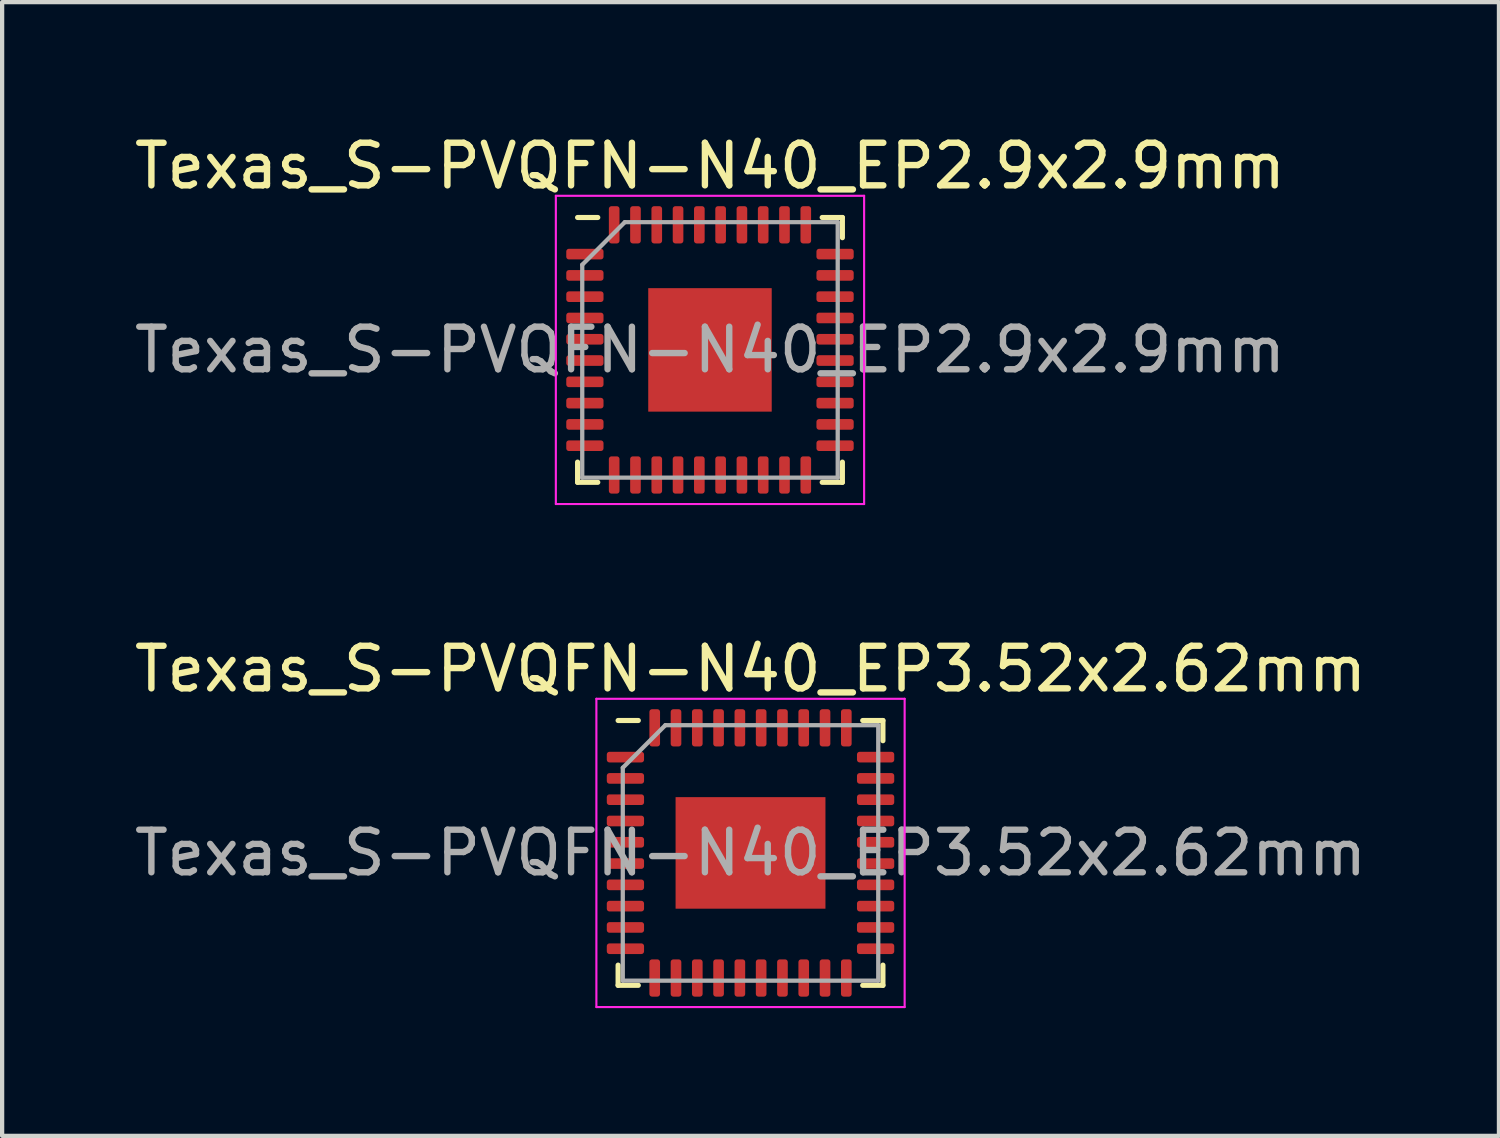
<source format=kicad_pcb>
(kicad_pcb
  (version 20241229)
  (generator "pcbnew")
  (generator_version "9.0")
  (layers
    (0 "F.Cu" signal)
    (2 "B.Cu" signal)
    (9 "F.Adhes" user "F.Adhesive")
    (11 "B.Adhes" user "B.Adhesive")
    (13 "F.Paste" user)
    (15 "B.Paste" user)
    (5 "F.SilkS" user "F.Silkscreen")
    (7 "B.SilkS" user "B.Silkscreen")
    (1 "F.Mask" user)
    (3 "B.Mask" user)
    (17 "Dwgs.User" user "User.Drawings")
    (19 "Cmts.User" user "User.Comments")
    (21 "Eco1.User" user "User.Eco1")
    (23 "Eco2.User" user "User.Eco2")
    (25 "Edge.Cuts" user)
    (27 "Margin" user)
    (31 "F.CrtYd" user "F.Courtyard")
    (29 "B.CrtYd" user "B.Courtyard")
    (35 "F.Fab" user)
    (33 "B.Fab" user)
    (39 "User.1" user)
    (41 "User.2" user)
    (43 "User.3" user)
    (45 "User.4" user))
  (footprint "Texas_S-PVQFN-N40_EP2.9x2.9mm"
    (layer "F.Cu")
    (at 13.625 5.168)
    (property "Reference" "Texas_S-PVQFN-N40_EP2.9x2.9mm" (at 0 -4.32 0) (layer "F.SilkS") (effects (font (size 1 1) (thickness 0.15))))
    (attr smd)
    (fp_line (start -3.11 3.11) (end -3.11 2.635) (stroke (width 0.12) (type solid)) (layer "F.SilkS"))
    (fp_line (start -2.635 -3.11) (end -3.11 -3.11) (stroke (width 0.12) (type solid)) (layer "F.SilkS"))
    (fp_line (start -2.635 3.11) (end -3.11 3.11) (stroke (width 0.12) (type solid)) (layer "F.SilkS"))
    (fp_line (start 2.635 -3.11) (end 3.11 -3.11) (stroke (width 0.12) (type solid)) (layer "F.SilkS"))
    (fp_line (start 2.635 3.11) (end 3.11 3.11) (stroke (width 0.12) (type solid)) (layer "F.SilkS"))
    (fp_line (start 3.11 -3.11) (end 3.11 -2.635) (stroke (width 0.12) (type solid)) (layer "F.SilkS"))
    (fp_line (start 3.11 3.11) (end 3.11 2.635) (stroke (width 0.12) (type solid)) (layer "F.SilkS"))
    (fp_line (start -3.62 -3.62) (end -3.62 3.62) (stroke (width 0.05) (type solid)) (layer "F.CrtYd"))
    (fp_line (start -3.62 3.62) (end 3.62 3.62) (stroke (width 0.05) (type solid)) (layer "F.CrtYd"))
    (fp_line (start 3.62 -3.62) (end -3.62 -3.62) (stroke (width 0.05) (type solid)) (layer "F.CrtYd"))
    (fp_line (start 3.62 3.62) (end 3.62 -3.62) (stroke (width 0.05) (type solid)) (layer "F.CrtYd"))
    (fp_line (start -3 -2) (end -2 -3) (stroke (width 0.1) (type solid)) (layer "F.Fab"))
    (fp_line (start -3 3) (end -3 -2) (stroke (width 0.1) (type solid)) (layer "F.Fab"))
    (fp_line (start -2 -3) (end 3 -3) (stroke (width 0.1) (type solid)) (layer "F.Fab"))
    (fp_line (start 3 -3) (end 3 3) (stroke (width 0.1) (type solid)) (layer "F.Fab"))
    (fp_line (start 3 3) (end -3 3) (stroke (width 0.1) (type solid)) (layer "F.Fab"))
    (fp_text user "${REFERENCE}" (at 0 0 0) (layer "F.Fab") (effects (font (size 1 1) (thickness 0.15))))
    (pad "" smd roundrect (at -0.725 -0.725) (size 1.17 1.17) (layers "F.Paste") (roundrect_rratio 0.214))
    (pad "" smd roundrect (at -0.725 0.725) (size 1.17 1.17) (layers "F.Paste") (roundrect_rratio 0.214))
    (pad "" smd roundrect (at 0.725 -0.725) (size 1.17 1.17) (layers "F.Paste") (roundrect_rratio 0.214))
    (pad "" smd roundrect (at 0.725 0.725) (size 1.17 1.17) (layers "F.Paste") (roundrect_rratio 0.214))
    (pad "1" smd roundrect (at -2.938 -2.25) (size 0.875 0.25) (layers "F.Cu" "F.Mask" "F.Paste") (roundrect_rratio 0.25))
    (pad "2" smd roundrect (at -2.938 -1.75) (size 0.875 0.25) (layers "F.Cu" "F.Mask" "F.Paste") (roundrect_rratio 0.25))
    (pad "3" smd roundrect (at -2.938 -1.25) (size 0.875 0.25) (layers "F.Cu" "F.Mask" "F.Paste") (roundrect_rratio 0.25))
    (pad "4" smd roundrect (at -2.938 -0.75) (size 0.875 0.25) (layers "F.Cu" "F.Mask" "F.Paste") (roundrect_rratio 0.25))
    (pad "5" smd roundrect (at -2.938 -0.25) (size 0.875 0.25) (layers "F.Cu" "F.Mask" "F.Paste") (roundrect_rratio 0.25))
    (pad "6" smd roundrect (at -2.938 0.25) (size 0.875 0.25) (layers "F.Cu" "F.Mask" "F.Paste") (roundrect_rratio 0.25))
    (pad "7" smd roundrect (at -2.938 0.75) (size 0.875 0.25) (layers "F.Cu" "F.Mask" "F.Paste") (roundrect_rratio 0.25))
    (pad "8" smd roundrect (at -2.938 1.25) (size 0.875 0.25) (layers "F.Cu" "F.Mask" "F.Paste") (roundrect_rratio 0.25))
    (pad "9" smd roundrect (at -2.938 1.75) (size 0.875 0.25) (layers "F.Cu" "F.Mask" "F.Paste") (roundrect_rratio 0.25))
    (pad "10" smd roundrect (at -2.938 2.25) (size 0.875 0.25) (layers "F.Cu" "F.Mask" "F.Paste") (roundrect_rratio 0.25))
    (pad "11" smd roundrect (at -2.25 2.938) (size 0.25 0.875) (layers "F.Cu" "F.Mask" "F.Paste") (roundrect_rratio 0.25))
    (pad "12" smd roundrect (at -1.75 2.938) (size 0.25 0.875) (layers "F.Cu" "F.Mask" "F.Paste") (roundrect_rratio 0.25))
    (pad "13" smd roundrect (at -1.25 2.938) (size 0.25 0.875) (layers "F.Cu" "F.Mask" "F.Paste") (roundrect_rratio 0.25))
    (pad "14" smd roundrect (at -0.75 2.938) (size 0.25 0.875) (layers "F.Cu" "F.Mask" "F.Paste") (roundrect_rratio 0.25))
    (pad "15" smd roundrect (at -0.25 2.938) (size 0.25 0.875) (layers "F.Cu" "F.Mask" "F.Paste") (roundrect_rratio 0.25))
    (pad "16" smd roundrect (at 0.25 2.938) (size 0.25 0.875) (layers "F.Cu" "F.Mask" "F.Paste") (roundrect_rratio 0.25))
    (pad "17" smd roundrect (at 0.75 2.938) (size 0.25 0.875) (layers "F.Cu" "F.Mask" "F.Paste") (roundrect_rratio 0.25))
    (pad "18" smd roundrect (at 1.25 2.938) (size 0.25 0.875) (layers "F.Cu" "F.Mask" "F.Paste") (roundrect_rratio 0.25))
    (pad "19" smd roundrect (at 1.75 2.938) (size 0.25 0.875) (layers "F.Cu" "F.Mask" "F.Paste") (roundrect_rratio 0.25))
    (pad "20" smd roundrect (at 2.25 2.938) (size 0.25 0.875) (layers "F.Cu" "F.Mask" "F.Paste") (roundrect_rratio 0.25))
    (pad "21" smd roundrect (at 2.938 2.25) (size 0.875 0.25) (layers "F.Cu" "F.Mask" "F.Paste") (roundrect_rratio 0.25))
    (pad "22" smd roundrect (at 2.938 1.75) (size 0.875 0.25) (layers "F.Cu" "F.Mask" "F.Paste") (roundrect_rratio 0.25))
    (pad "23" smd roundrect (at 2.938 1.25) (size 0.875 0.25) (layers "F.Cu" "F.Mask" "F.Paste") (roundrect_rratio 0.25))
    (pad "24" smd roundrect (at 2.938 0.75) (size 0.875 0.25) (layers "F.Cu" "F.Mask" "F.Paste") (roundrect_rratio 0.25))
    (pad "25" smd roundrect (at 2.938 0.25) (size 0.875 0.25) (layers "F.Cu" "F.Mask" "F.Paste") (roundrect_rratio 0.25))
    (pad "26" smd roundrect (at 2.938 -0.25) (size 0.875 0.25) (layers "F.Cu" "F.Mask" "F.Paste") (roundrect_rratio 0.25))
    (pad "27" smd roundrect (at 2.938 -0.75) (size 0.875 0.25) (layers "F.Cu" "F.Mask" "F.Paste") (roundrect_rratio 0.25))
    (pad "28" smd roundrect (at 2.938 -1.25) (size 0.875 0.25) (layers "F.Cu" "F.Mask" "F.Paste") (roundrect_rratio 0.25))
    (pad "29" smd roundrect (at 2.938 -1.75) (size 0.875 0.25) (layers "F.Cu" "F.Mask" "F.Paste") (roundrect_rratio 0.25))
    (pad "30" smd roundrect (at 2.938 -2.25) (size 0.875 0.25) (layers "F.Cu" "F.Mask" "F.Paste") (roundrect_rratio 0.25))
    (pad "31" smd roundrect (at 2.25 -2.938) (size 0.25 0.875) (layers "F.Cu" "F.Mask" "F.Paste") (roundrect_rratio 0.25))
    (pad "32" smd roundrect (at 1.75 -2.938) (size 0.25 0.875) (layers "F.Cu" "F.Mask" "F.Paste") (roundrect_rratio 0.25))
    (pad "33" smd roundrect (at 1.25 -2.938) (size 0.25 0.875) (layers "F.Cu" "F.Mask" "F.Paste") (roundrect_rratio 0.25))
    (pad "34" smd roundrect (at 0.75 -2.938) (size 0.25 0.875) (layers "F.Cu" "F.Mask" "F.Paste") (roundrect_rratio 0.25))
    (pad "35" smd roundrect (at 0.25 -2.938) (size 0.25 0.875) (layers "F.Cu" "F.Mask" "F.Paste") (roundrect_rratio 0.25))
    (pad "36" smd roundrect (at -0.25 -2.938) (size 0.25 0.875) (layers "F.Cu" "F.Mask" "F.Paste") (roundrect_rratio 0.25))
    (pad "37" smd roundrect (at -0.75 -2.938) (size 0.25 0.875) (layers "F.Cu" "F.Mask" "F.Paste") (roundrect_rratio 0.25))
    (pad "38" smd roundrect (at -1.25 -2.938) (size 0.25 0.875) (layers "F.Cu" "F.Mask" "F.Paste") (roundrect_rratio 0.25))
    (pad "39" smd roundrect (at -1.75 -2.938) (size 0.25 0.875) (layers "F.Cu" "F.Mask" "F.Paste") (roundrect_rratio 0.25))
    (pad "40" smd roundrect (at -2.25 -2.938) (size 0.25 0.875) (layers "F.Cu" "F.Mask" "F.Paste") (roundrect_rratio 0.25))
    (pad "41" smd rect (at 0 0) (size 2.9 2.9) (layers "F.Cu" "F.Mask")))
  (footprint "Texas_S-PVQFN-N40_EP3.52x2.62mm"
    (layer "F.Cu")
    (at 14.577 16.982)
    (property "Reference" "Texas_S-PVQFN-N40_EP3.52x2.62mm" (at 0 -4.32 0) (layer "F.SilkS") (effects (font (size 1 1) (thickness 0.15))))
    (attr smd)
    (fp_line (start -3.11 3.11) (end -3.11 2.635) (stroke (width 0.12) (type solid)) (layer "F.SilkS"))
    (fp_line (start -2.635 -3.11) (end -3.11 -3.11) (stroke (width 0.12) (type solid)) (layer "F.SilkS"))
    (fp_line (start -2.635 3.11) (end -3.11 3.11) (stroke (width 0.12) (type solid)) (layer "F.SilkS"))
    (fp_line (start 2.635 -3.11) (end 3.11 -3.11) (stroke (width 0.12) (type solid)) (layer "F.SilkS"))
    (fp_line (start 2.635 3.11) (end 3.11 3.11) (stroke (width 0.12) (type solid)) (layer "F.SilkS"))
    (fp_line (start 3.11 -3.11) (end 3.11 -2.635) (stroke (width 0.12) (type solid)) (layer "F.SilkS"))
    (fp_line (start 3.11 3.11) (end 3.11 2.635) (stroke (width 0.12) (type solid)) (layer "F.SilkS"))
    (fp_line (start -3.62 -3.62) (end -3.62 3.62) (stroke (width 0.05) (type solid)) (layer "F.CrtYd"))
    (fp_line (start -3.62 3.62) (end 3.62 3.62) (stroke (width 0.05) (type solid)) (layer "F.CrtYd"))
    (fp_line (start 3.62 -3.62) (end -3.62 -3.62) (stroke (width 0.05) (type solid)) (layer "F.CrtYd"))
    (fp_line (start 3.62 3.62) (end 3.62 -3.62) (stroke (width 0.05) (type solid)) (layer "F.CrtYd"))
    (fp_line (start -3 -2) (end -2 -3) (stroke (width 0.1) (type solid)) (layer "F.Fab"))
    (fp_line (start -3 3) (end -3 -2) (stroke (width 0.1) (type solid)) (layer "F.Fab"))
    (fp_line (start -2 -3) (end 3 -3) (stroke (width 0.1) (type solid)) (layer "F.Fab"))
    (fp_line (start 3 -3) (end 3 3) (stroke (width 0.1) (type solid)) (layer "F.Fab"))
    (fp_line (start 3 3) (end -3 3) (stroke (width 0.1) (type solid)) (layer "F.Fab"))
    (fp_text user "${REFERENCE}" (at 0 0 0) (layer "F.Fab") (effects (font (size 1 1) (thickness 0.15))))
    (pad "" smd roundrect (at -1.17 -0.655) (size 0.95 1.06) (layers "F.Paste") (roundrect_rratio 0.25))
    (pad "" smd roundrect (at -1.17 0.655) (size 0.95 1.06) (layers "F.Paste") (roundrect_rratio 0.25))
    (pad "" smd roundrect (at 0 -0.655) (size 0.95 1.06) (layers "F.Paste") (roundrect_rratio 0.25))
    (pad "" smd roundrect (at 0 0.655) (size 0.95 1.06) (layers "F.Paste") (roundrect_rratio 0.25))
    (pad "" smd roundrect (at 1.17 -0.655) (size 0.95 1.06) (layers "F.Paste") (roundrect_rratio 0.25))
    (pad "" smd roundrect (at 1.17 0.655) (size 0.95 1.06) (layers "F.Paste") (roundrect_rratio 0.25))
    (pad "1" smd roundrect (at -2.938 -2.25) (size 0.875 0.25) (layers "F.Cu" "F.Mask" "F.Paste") (roundrect_rratio 0.25))
    (pad "2" smd roundrect (at -2.938 -1.75) (size 0.875 0.25) (layers "F.Cu" "F.Mask" "F.Paste") (roundrect_rratio 0.25))
    (pad "3" smd roundrect (at -2.938 -1.25) (size 0.875 0.25) (layers "F.Cu" "F.Mask" "F.Paste") (roundrect_rratio 0.25))
    (pad "4" smd roundrect (at -2.938 -0.75) (size 0.875 0.25) (layers "F.Cu" "F.Mask" "F.Paste") (roundrect_rratio 0.25))
    (pad "5" smd roundrect (at -2.938 -0.25) (size 0.875 0.25) (layers "F.Cu" "F.Mask" "F.Paste") (roundrect_rratio 0.25))
    (pad "6" smd roundrect (at -2.938 0.25) (size 0.875 0.25) (layers "F.Cu" "F.Mask" "F.Paste") (roundrect_rratio 0.25))
    (pad "7" smd roundrect (at -2.938 0.75) (size 0.875 0.25) (layers "F.Cu" "F.Mask" "F.Paste") (roundrect_rratio 0.25))
    (pad "8" smd roundrect (at -2.938 1.25) (size 0.875 0.25) (layers "F.Cu" "F.Mask" "F.Paste") (roundrect_rratio 0.25))
    (pad "9" smd roundrect (at -2.938 1.75) (size 0.875 0.25) (layers "F.Cu" "F.Mask" "F.Paste") (roundrect_rratio 0.25))
    (pad "10" smd roundrect (at -2.938 2.25) (size 0.875 0.25) (layers "F.Cu" "F.Mask" "F.Paste") (roundrect_rratio 0.25))
    (pad "11" smd roundrect (at -2.25 2.938) (size 0.25 0.875) (layers "F.Cu" "F.Mask" "F.Paste") (roundrect_rratio 0.25))
    (pad "12" smd roundrect (at -1.75 2.938) (size 0.25 0.875) (layers "F.Cu" "F.Mask" "F.Paste") (roundrect_rratio 0.25))
    (pad "13" smd roundrect (at -1.25 2.938) (size 0.25 0.875) (layers "F.Cu" "F.Mask" "F.Paste") (roundrect_rratio 0.25))
    (pad "14" smd roundrect (at -0.75 2.938) (size 0.25 0.875) (layers "F.Cu" "F.Mask" "F.Paste") (roundrect_rratio 0.25))
    (pad "15" smd roundrect (at -0.25 2.938) (size 0.25 0.875) (layers "F.Cu" "F.Mask" "F.Paste") (roundrect_rratio 0.25))
    (pad "16" smd roundrect (at 0.25 2.938) (size 0.25 0.875) (layers "F.Cu" "F.Mask" "F.Paste") (roundrect_rratio 0.25))
    (pad "17" smd roundrect (at 0.75 2.938) (size 0.25 0.875) (layers "F.Cu" "F.Mask" "F.Paste") (roundrect_rratio 0.25))
    (pad "18" smd roundrect (at 1.25 2.938) (size 0.25 0.875) (layers "F.Cu" "F.Mask" "F.Paste") (roundrect_rratio 0.25))
    (pad "19" smd roundrect (at 1.75 2.938) (size 0.25 0.875) (layers "F.Cu" "F.Mask" "F.Paste") (roundrect_rratio 0.25))
    (pad "20" smd roundrect (at 2.25 2.938) (size 0.25 0.875) (layers "F.Cu" "F.Mask" "F.Paste") (roundrect_rratio 0.25))
    (pad "21" smd roundrect (at 2.938 2.25) (size 0.875 0.25) (layers "F.Cu" "F.Mask" "F.Paste") (roundrect_rratio 0.25))
    (pad "22" smd roundrect (at 2.938 1.75) (size 0.875 0.25) (layers "F.Cu" "F.Mask" "F.Paste") (roundrect_rratio 0.25))
    (pad "23" smd roundrect (at 2.938 1.25) (size 0.875 0.25) (layers "F.Cu" "F.Mask" "F.Paste") (roundrect_rratio 0.25))
    (pad "24" smd roundrect (at 2.938 0.75) (size 0.875 0.25) (layers "F.Cu" "F.Mask" "F.Paste") (roundrect_rratio 0.25))
    (pad "25" smd roundrect (at 2.938 0.25) (size 0.875 0.25) (layers "F.Cu" "F.Mask" "F.Paste") (roundrect_rratio 0.25))
    (pad "26" smd roundrect (at 2.938 -0.25) (size 0.875 0.25) (layers "F.Cu" "F.Mask" "F.Paste") (roundrect_rratio 0.25))
    (pad "27" smd roundrect (at 2.938 -0.75) (size 0.875 0.25) (layers "F.Cu" "F.Mask" "F.Paste") (roundrect_rratio 0.25))
    (pad "28" smd roundrect (at 2.938 -1.25) (size 0.875 0.25) (layers "F.Cu" "F.Mask" "F.Paste") (roundrect_rratio 0.25))
    (pad "29" smd roundrect (at 2.938 -1.75) (size 0.875 0.25) (layers "F.Cu" "F.Mask" "F.Paste") (roundrect_rratio 0.25))
    (pad "30" smd roundrect (at 2.938 -2.25) (size 0.875 0.25) (layers "F.Cu" "F.Mask" "F.Paste") (roundrect_rratio 0.25))
    (pad "31" smd roundrect (at 2.25 -2.938) (size 0.25 0.875) (layers "F.Cu" "F.Mask" "F.Paste") (roundrect_rratio 0.25))
    (pad "32" smd roundrect (at 1.75 -2.938) (size 0.25 0.875) (layers "F.Cu" "F.Mask" "F.Paste") (roundrect_rratio 0.25))
    (pad "33" smd roundrect (at 1.25 -2.938) (size 0.25 0.875) (layers "F.Cu" "F.Mask" "F.Paste") (roundrect_rratio 0.25))
    (pad "34" smd roundrect (at 0.75 -2.938) (size 0.25 0.875) (layers "F.Cu" "F.Mask" "F.Paste") (roundrect_rratio 0.25))
    (pad "35" smd roundrect (at 0.25 -2.938) (size 0.25 0.875) (layers "F.Cu" "F.Mask" "F.Paste") (roundrect_rratio 0.25))
    (pad "36" smd roundrect (at -0.25 -2.938) (size 0.25 0.875) (layers "F.Cu" "F.Mask" "F.Paste") (roundrect_rratio 0.25))
    (pad "37" smd roundrect (at -0.75 -2.938) (size 0.25 0.875) (layers "F.Cu" "F.Mask" "F.Paste") (roundrect_rratio 0.25))
    (pad "38" smd roundrect (at -1.25 -2.938) (size 0.25 0.875) (layers "F.Cu" "F.Mask" "F.Paste") (roundrect_rratio 0.25))
    (pad "39" smd roundrect (at -1.75 -2.938) (size 0.25 0.875) (layers "F.Cu" "F.Mask" "F.Paste") (roundrect_rratio 0.25))
    (pad "40" smd roundrect (at -2.25 -2.938) (size 0.25 0.875) (layers "F.Cu" "F.Mask" "F.Paste") (roundrect_rratio 0.25))
    (pad "41" smd rect (at 0 0) (size 3.52 2.62) (layers "F.Cu" "F.Mask")))
  (gr_rect
    (start -3 -3)
    (end 32.155 23.627)
    (stroke (width 0.1) (type default))
    (fill no)
    (layer "Edge.Cuts")))
</source>
